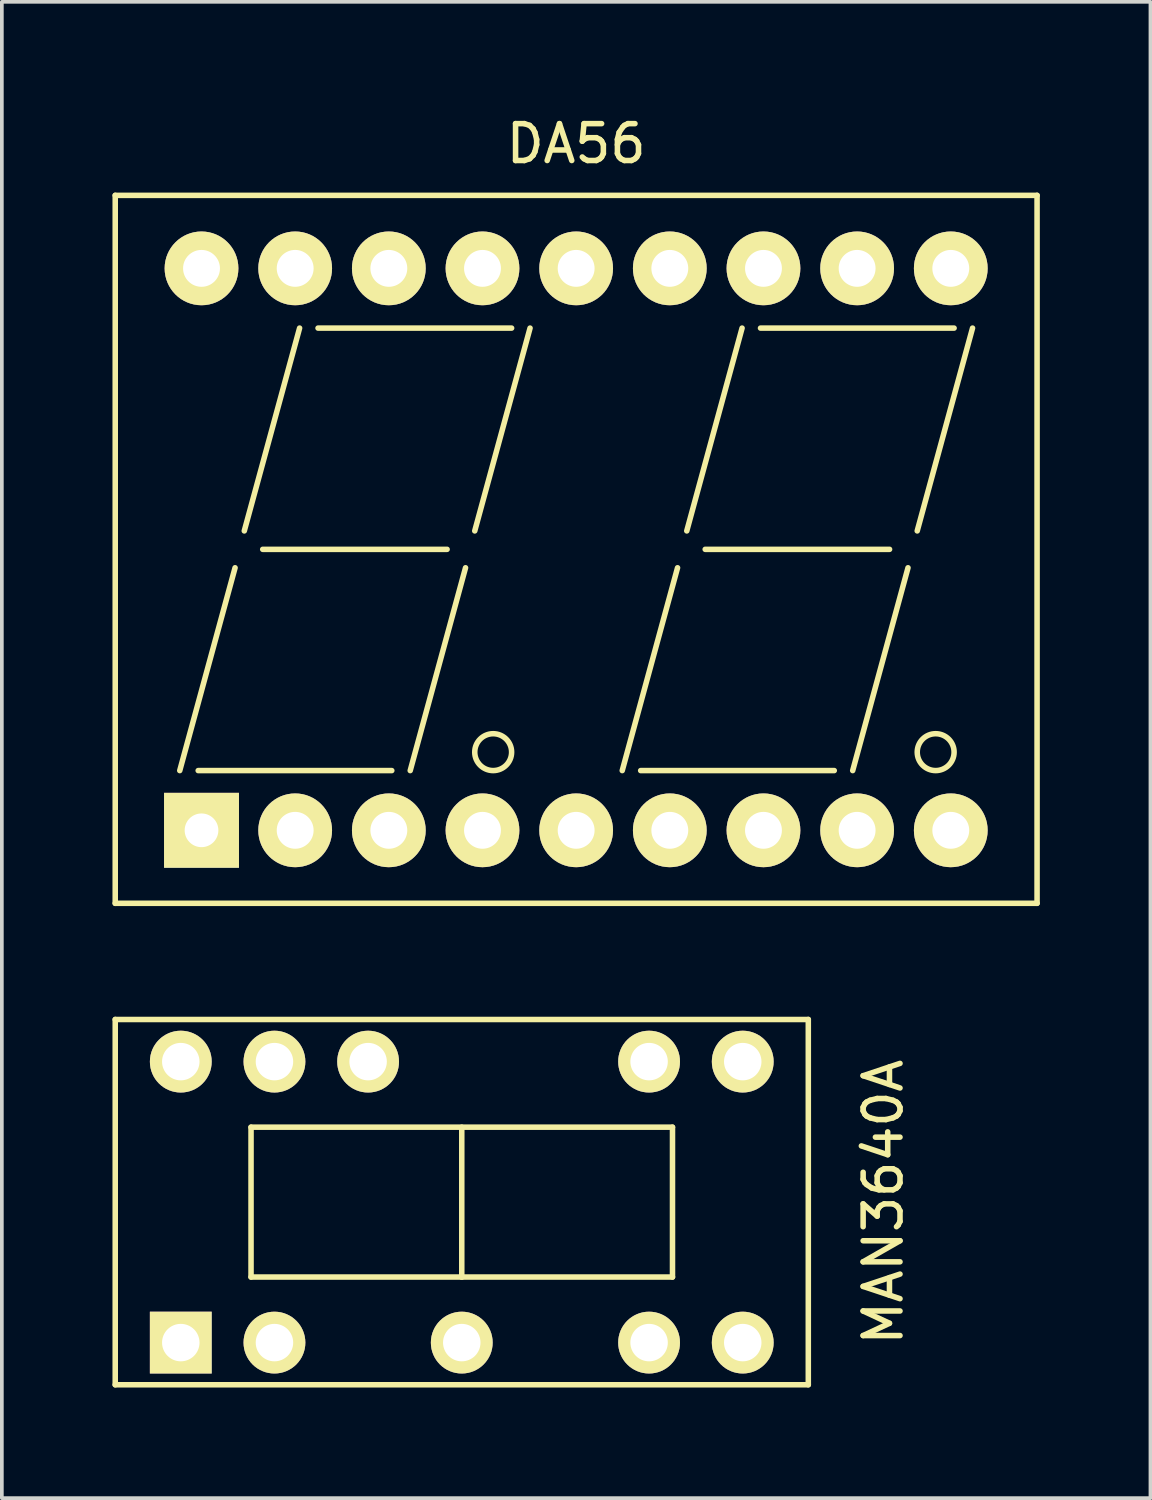
<source format=kicad_pcb>
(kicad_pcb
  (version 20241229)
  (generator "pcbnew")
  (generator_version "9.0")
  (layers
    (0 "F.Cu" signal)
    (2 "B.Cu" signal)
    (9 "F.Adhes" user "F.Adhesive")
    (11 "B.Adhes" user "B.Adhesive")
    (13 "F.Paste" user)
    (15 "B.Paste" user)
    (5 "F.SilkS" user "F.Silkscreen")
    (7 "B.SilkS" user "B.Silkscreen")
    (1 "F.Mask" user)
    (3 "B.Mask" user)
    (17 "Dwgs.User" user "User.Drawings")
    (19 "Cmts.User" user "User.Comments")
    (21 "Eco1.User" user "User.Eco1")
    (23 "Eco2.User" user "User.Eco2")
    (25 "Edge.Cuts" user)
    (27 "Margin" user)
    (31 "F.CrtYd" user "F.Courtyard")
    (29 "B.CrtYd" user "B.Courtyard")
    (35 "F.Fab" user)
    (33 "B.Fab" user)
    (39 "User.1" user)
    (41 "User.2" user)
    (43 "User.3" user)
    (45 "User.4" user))
  (footprint "DA56"
    (layer "F.Cu")
    (at 12.575 11.848)
    (property "Reference" "DA56" (at 0 -11 0) (layer "F.SilkS") (effects (font (size 1 1) (thickness 0.15))))
    (attr through_hole)
    (fp_line (start -12.5 -9.6) (end 12.5 -9.6) (stroke (width 0.15) (type solid)) (layer "F.SilkS"))
    (fp_line (start -12.5 9.6) (end -12.5 -9.6) (stroke (width 0.15) (type solid)) (layer "F.SilkS"))
    (fp_line (start -10.75 6) (end -9.25 0.5) (stroke (width 0.15) (type solid)) (layer "F.SilkS"))
    (fp_line (start -10.25 6) (end -5 6) (stroke (width 0.15) (type solid)) (layer "F.SilkS"))
    (fp_line (start -9 -0.5) (end -7.5 -6) (stroke (width 0.15) (type solid)) (layer "F.SilkS"))
    (fp_line (start -8.5 0) (end -3.5 0) (stroke (width 0.15) (type solid)) (layer "F.SilkS"))
    (fp_line (start -7 -6) (end -1.75 -6) (stroke (width 0.15) (type solid)) (layer "F.SilkS"))
    (fp_line (start -4.5 6) (end -3 0.5) (stroke (width 0.15) (type solid)) (layer "F.SilkS"))
    (fp_line (start -2.75 -0.5) (end -1.25 -6) (stroke (width 0.15) (type solid)) (layer "F.SilkS"))
    (fp_line (start 1.25 6) (end 2.75 0.5) (stroke (width 0.15) (type solid)) (layer "F.SilkS"))
    (fp_line (start 1.75 6) (end 7 6) (stroke (width 0.15) (type solid)) (layer "F.SilkS"))
    (fp_line (start 3 -0.5) (end 4.5 -6) (stroke (width 0.15) (type solid)) (layer "F.SilkS"))
    (fp_line (start 3.5 0) (end 8.5 0) (stroke (width 0.15) (type solid)) (layer "F.SilkS"))
    (fp_line (start 5 -6) (end 10.25 -6) (stroke (width 0.15) (type solid)) (layer "F.SilkS"))
    (fp_line (start 7.5 6) (end 9 0.5) (stroke (width 0.15) (type solid)) (layer "F.SilkS"))
    (fp_line (start 9.25 -0.5) (end 10.75 -6) (stroke (width 0.15) (type solid)) (layer "F.SilkS"))
    (fp_line (start 12.5 -9.6) (end 12.5 9.6) (stroke (width 0.15) (type solid)) (layer "F.SilkS"))
    (fp_line (start 12.5 9.6) (end -12.5 9.6) (stroke (width 0.15) (type solid)) (layer "F.SilkS"))
    (fp_circle (center -2.25 5.5) (end -2.25 6) (stroke (width 0.15) (type solid)) (fill no) (layer "F.SilkS"))
    (fp_circle (center 9.75 5.5) (end 9.75 6) (stroke (width 0.15) (type solid)) (fill no) (layer "F.SilkS"))
    (pad "1" thru_hole rect (at -10.16 7.62) (size 2.032 2.032) (drill 0.914) (layers "*.Cu" "*.Mask" "F.SilkS"))
    (pad "2" thru_hole circle (at -7.62 7.62) (size 2 2) (drill 1) (layers "*.Cu" "*.Mask" "F.SilkS"))
    (pad "3" thru_hole circle (at -5.08 7.62) (size 2 2) (drill 1) (layers "*.Cu" "*.Mask" "F.SilkS"))
    (pad "4" thru_hole circle (at -2.54 7.62) (size 2 2) (drill 1) (layers "*.Cu" "*.Mask" "F.SilkS"))
    (pad "5" thru_hole circle (at 0 7.62) (size 2 2) (drill 1) (layers "*.Cu" "*.Mask" "F.SilkS"))
    (pad "6" thru_hole circle (at 2.54 7.62) (size 2 2) (drill 1) (layers "*.Cu" "*.Mask" "F.SilkS"))
    (pad "7" thru_hole circle (at 5.08 7.62) (size 2 2) (drill 1) (layers "*.Cu" "*.Mask" "F.SilkS"))
    (pad "8" thru_hole circle (at 7.62 7.62) (size 2 2) (drill 1) (layers "*.Cu" "*.Mask" "F.SilkS"))
    (pad "9" thru_hole circle (at 10.16 7.62) (size 2 2) (drill 1) (layers "*.Cu" "*.Mask" "F.SilkS"))
    (pad "10" thru_hole circle (at 10.16 -7.62) (size 2 2) (drill 1) (layers "*.Cu" "*.Mask" "F.SilkS"))
    (pad "11" thru_hole circle (at 7.62 -7.62) (size 2 2) (drill 1) (layers "*.Cu" "*.Mask" "F.SilkS"))
    (pad "12" thru_hole circle (at 5.08 -7.62) (size 2 2) (drill 1) (layers "*.Cu" "*.Mask" "F.SilkS"))
    (pad "13" thru_hole circle (at 2.54 -7.62) (size 2 2) (drill 1) (layers "*.Cu" "*.Mask" "F.SilkS"))
    (pad "14" thru_hole circle (at 0 -7.62) (size 2 2) (drill 1) (layers "*.Cu" "*.Mask" "F.SilkS"))
    (pad "15" thru_hole circle (at -2.54 -7.62) (size 2 2) (drill 1) (layers "*.Cu" "*.Mask" "F.SilkS"))
    (pad "16" thru_hole circle (at -5.08 -7.62) (size 2 2) (drill 1) (layers "*.Cu" "*.Mask" "F.SilkS"))
    (pad "17" thru_hole circle (at -7.62 -7.62) (size 2 2) (drill 1) (layers "*.Cu" "*.Mask" "F.SilkS"))
    (pad "18" thru_hole circle (at -10.16 -7.62) (size 2 2) (drill 1) (layers "*.Cu" "*.Mask" "F.SilkS")))
  (footprint "MAN3640A"
    (layer "F.Cu")
    (at 9.473 29.551)
    (property "Reference" "MAN3640A" (at 11.43 0 90) (layer "F.SilkS") (effects (font (size 1 1) (thickness 0.15))))
    (attr through_hole)
    (fp_line (start -9.398 -4.953) (end -9.398 4.953) (stroke (width 0.15) (type solid)) (layer "F.SilkS"))
    (fp_line (start -9.398 4.953) (end 9.398 4.953) (stroke (width 0.15) (type solid)) (layer "F.SilkS"))
    (fp_line (start -5.715 -2.032) (end 5.715 -2.032) (stroke (width 0.15) (type solid)) (layer "F.SilkS"))
    (fp_line (start -5.715 2.032) (end -5.715 -2.032) (stroke (width 0.15) (type solid)) (layer "F.SilkS"))
    (fp_line (start 0 2.032) (end -5.715 2.032) (stroke (width 0.15) (type solid)) (layer "F.SilkS"))
    (fp_line (start 0 2.032) (end 0 -2.032) (stroke (width 0.15) (type solid)) (layer "F.SilkS"))
    (fp_line (start 5.715 -2.032) (end 5.715 2.032) (stroke (width 0.15) (type solid)) (layer "F.SilkS"))
    (fp_line (start 5.715 2.032) (end 0 2.032) (stroke (width 0.15) (type solid)) (layer "F.SilkS"))
    (fp_line (start 9.398 -4.953) (end -9.398 -4.953) (stroke (width 0.15) (type solid)) (layer "F.SilkS"))
    (fp_line (start 9.398 4.953) (end 9.398 -4.953) (stroke (width 0.15) (type solid)) (layer "F.SilkS"))
    (pad "1" thru_hole rect (at -7.62 3.81) (size 1.676 1.676) (drill 1.016) (layers "*.Cu" "*.Mask" "F.SilkS"))
    (pad "2" thru_hole circle (at -5.08 3.81) (size 1.676 1.676) (drill 1.016) (layers "*.Cu" "*.Mask" "F.SilkS"))
    (pad "4" thru_hole circle (at 0 3.81) (size 1.676 1.676) (drill 1.016) (layers "*.Cu" "*.Mask" "F.SilkS"))
    (pad "6" thru_hole circle (at 5.08 3.81) (size 1.676 1.676) (drill 1.016) (layers "*.Cu" "*.Mask" "F.SilkS"))
    (pad "7" thru_hole circle (at 7.62 3.81) (size 1.676 1.676) (drill 1.016) (layers "*.Cu" "*.Mask" "F.SilkS"))
    (pad "8" thru_hole circle (at 7.62 -3.81) (size 1.676 1.676) (drill 1.016) (layers "*.Cu" "*.Mask" "F.SilkS"))
    (pad "9" thru_hole circle (at 5.08 -3.81) (size 1.676 1.676) (drill 1.016) (layers "*.Cu" "*.Mask" "F.SilkS"))
    (pad "12" thru_hole circle (at -2.54 -3.81) (size 1.676 1.676) (drill 1.016) (layers "*.Cu" "*.Mask" "F.SilkS"))
    (pad "13" thru_hole circle (at -5.08 -3.81) (size 1.676 1.676) (drill 1.016) (layers "*.Cu" "*.Mask" "F.SilkS"))
    (pad "14" thru_hole circle (at -7.62 -3.81) (size 1.676 1.676) (drill 1.016) (layers "*.Cu" "*.Mask" "F.SilkS")))
  (gr_rect
    (start -3 -3)
    (end 28.15 37.579)
    (stroke (width 0.1) (type default))
    (fill no)
    (layer "Edge.Cuts")))
</source>
